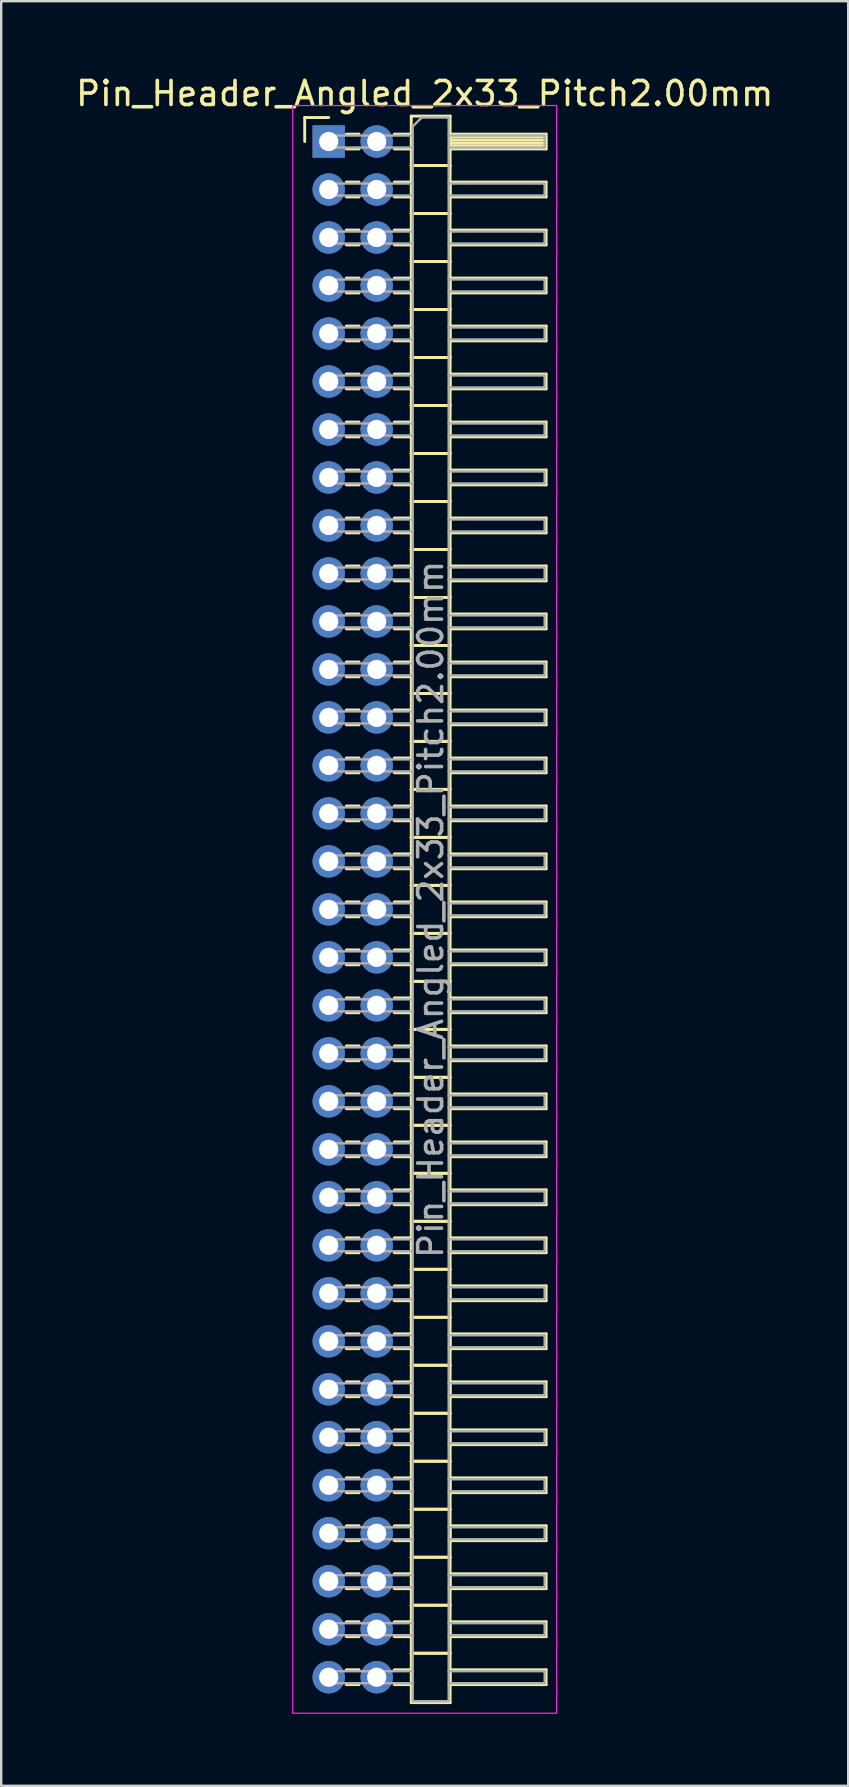
<source format=kicad_pcb>
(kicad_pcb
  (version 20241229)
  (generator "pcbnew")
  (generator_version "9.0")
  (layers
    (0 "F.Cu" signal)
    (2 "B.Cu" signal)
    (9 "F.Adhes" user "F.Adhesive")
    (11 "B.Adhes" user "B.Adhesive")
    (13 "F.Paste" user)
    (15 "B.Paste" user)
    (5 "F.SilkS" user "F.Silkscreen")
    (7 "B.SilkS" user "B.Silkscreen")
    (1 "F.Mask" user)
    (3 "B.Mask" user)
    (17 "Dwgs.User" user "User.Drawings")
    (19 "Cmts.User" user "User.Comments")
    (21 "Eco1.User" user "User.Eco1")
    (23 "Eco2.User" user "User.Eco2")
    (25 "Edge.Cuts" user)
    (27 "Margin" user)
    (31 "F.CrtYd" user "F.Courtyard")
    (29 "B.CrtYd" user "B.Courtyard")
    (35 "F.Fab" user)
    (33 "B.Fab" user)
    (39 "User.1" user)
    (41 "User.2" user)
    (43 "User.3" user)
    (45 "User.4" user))
  (footprint "Pin_Header_Angled_2x33_Pitch2.00mm"
    (layer "F.Cu")
    (at 10.649 2.848)
    (property "Reference" "Pin_Header_Angled_2x33_Pitch2.00mm" (at 4 -2 0) (layer "F.SilkS") (effects (font (size 1 1) (thickness 0.15))))
    (attr through_hole)
    (fp_line (start -1 -1) (end 0 -1) (stroke (width 0.12) (type solid)) (layer "F.SilkS"))
    (fp_line (start -1 0) (end -1 -1) (stroke (width 0.12) (type solid)) (layer "F.SilkS"))
    (fp_line (start 0.735 -0.31) (end 1.265 -0.31) (stroke (width 0.12) (type solid)) (layer "F.SilkS"))
    (fp_line (start 0.735 0.31) (end 1.265 0.31) (stroke (width 0.12) (type solid)) (layer "F.SilkS"))
    (fp_line (start 0.735 1.69) (end 1.265 1.69) (stroke (width 0.12) (type solid)) (layer "F.SilkS"))
    (fp_line (start 0.735 2.31) (end 1.265 2.31) (stroke (width 0.12) (type solid)) (layer "F.SilkS"))
    (fp_line (start 0.735 3.69) (end 1.265 3.69) (stroke (width 0.12) (type solid)) (layer "F.SilkS"))
    (fp_line (start 0.735 4.31) (end 1.265 4.31) (stroke (width 0.12) (type solid)) (layer "F.SilkS"))
    (fp_line (start 0.735 5.69) (end 1.265 5.69) (stroke (width 0.12) (type solid)) (layer "F.SilkS"))
    (fp_line (start 0.735 6.31) (end 1.265 6.31) (stroke (width 0.12) (type solid)) (layer "F.SilkS"))
    (fp_line (start 0.735 7.69) (end 1.265 7.69) (stroke (width 0.12) (type solid)) (layer "F.SilkS"))
    (fp_line (start 0.735 8.31) (end 1.265 8.31) (stroke (width 0.12) (type solid)) (layer "F.SilkS"))
    (fp_line (start 0.735 9.69) (end 1.265 9.69) (stroke (width 0.12) (type solid)) (layer "F.SilkS"))
    (fp_line (start 0.735 10.31) (end 1.265 10.31) (stroke (width 0.12) (type solid)) (layer "F.SilkS"))
    (fp_line (start 0.735 11.69) (end 1.265 11.69) (stroke (width 0.12) (type solid)) (layer "F.SilkS"))
    (fp_line (start 0.735 12.31) (end 1.265 12.31) (stroke (width 0.12) (type solid)) (layer "F.SilkS"))
    (fp_line (start 0.735 13.69) (end 1.265 13.69) (stroke (width 0.12) (type solid)) (layer "F.SilkS"))
    (fp_line (start 0.735 14.31) (end 1.265 14.31) (stroke (width 0.12) (type solid)) (layer "F.SilkS"))
    (fp_line (start 0.735 15.69) (end 1.265 15.69) (stroke (width 0.12) (type solid)) (layer "F.SilkS"))
    (fp_line (start 0.735 16.31) (end 1.265 16.31) (stroke (width 0.12) (type solid)) (layer "F.SilkS"))
    (fp_line (start 0.735 17.69) (end 1.265 17.69) (stroke (width 0.12) (type solid)) (layer "F.SilkS"))
    (fp_line (start 0.735 18.31) (end 1.265 18.31) (stroke (width 0.12) (type solid)) (layer "F.SilkS"))
    (fp_line (start 0.735 19.69) (end 1.265 19.69) (stroke (width 0.12) (type solid)) (layer "F.SilkS"))
    (fp_line (start 0.735 20.31) (end 1.265 20.31) (stroke (width 0.12) (type solid)) (layer "F.SilkS"))
    (fp_line (start 0.735 21.69) (end 1.265 21.69) (stroke (width 0.12) (type solid)) (layer "F.SilkS"))
    (fp_line (start 0.735 22.31) (end 1.265 22.31) (stroke (width 0.12) (type solid)) (layer "F.SilkS"))
    (fp_line (start 0.735 23.69) (end 1.265 23.69) (stroke (width 0.12) (type solid)) (layer "F.SilkS"))
    (fp_line (start 0.735 24.31) (end 1.265 24.31) (stroke (width 0.12) (type solid)) (layer "F.SilkS"))
    (fp_line (start 0.735 25.69) (end 1.265 25.69) (stroke (width 0.12) (type solid)) (layer "F.SilkS"))
    (fp_line (start 0.735 26.31) (end 1.265 26.31) (stroke (width 0.12) (type solid)) (layer "F.SilkS"))
    (fp_line (start 0.735 27.69) (end 1.265 27.69) (stroke (width 0.12) (type solid)) (layer "F.SilkS"))
    (fp_line (start 0.735 28.31) (end 1.265 28.31) (stroke (width 0.12) (type solid)) (layer "F.SilkS"))
    (fp_line (start 0.735 29.69) (end 1.265 29.69) (stroke (width 0.12) (type solid)) (layer "F.SilkS"))
    (fp_line (start 0.735 30.31) (end 1.265 30.31) (stroke (width 0.12) (type solid)) (layer "F.SilkS"))
    (fp_line (start 0.735 31.69) (end 1.265 31.69) (stroke (width 0.12) (type solid)) (layer "F.SilkS"))
    (fp_line (start 0.735 32.31) (end 1.265 32.31) (stroke (width 0.12) (type solid)) (layer "F.SilkS"))
    (fp_line (start 0.735 33.69) (end 1.265 33.69) (stroke (width 0.12) (type solid)) (layer "F.SilkS"))
    (fp_line (start 0.735 34.31) (end 1.265 34.31) (stroke (width 0.12) (type solid)) (layer "F.SilkS"))
    (fp_line (start 0.735 35.69) (end 1.265 35.69) (stroke (width 0.12) (type solid)) (layer "F.SilkS"))
    (fp_line (start 0.735 36.31) (end 1.265 36.31) (stroke (width 0.12) (type solid)) (layer "F.SilkS"))
    (fp_line (start 0.735 37.69) (end 1.265 37.69) (stroke (width 0.12) (type solid)) (layer "F.SilkS"))
    (fp_line (start 0.735 38.31) (end 1.265 38.31) (stroke (width 0.12) (type solid)) (layer "F.SilkS"))
    (fp_line (start 0.735 39.69) (end 1.265 39.69) (stroke (width 0.12) (type solid)) (layer "F.SilkS"))
    (fp_line (start 0.735 40.31) (end 1.265 40.31) (stroke (width 0.12) (type solid)) (layer "F.SilkS"))
    (fp_line (start 0.735 41.69) (end 1.265 41.69) (stroke (width 0.12) (type solid)) (layer "F.SilkS"))
    (fp_line (start 0.735 42.31) (end 1.265 42.31) (stroke (width 0.12) (type solid)) (layer "F.SilkS"))
    (fp_line (start 0.735 43.69) (end 1.265 43.69) (stroke (width 0.12) (type solid)) (layer "F.SilkS"))
    (fp_line (start 0.735 44.31) (end 1.265 44.31) (stroke (width 0.12) (type solid)) (layer "F.SilkS"))
    (fp_line (start 0.735 45.69) (end 1.265 45.69) (stroke (width 0.12) (type solid)) (layer "F.SilkS"))
    (fp_line (start 0.735 46.31) (end 1.265 46.31) (stroke (width 0.12) (type solid)) (layer "F.SilkS"))
    (fp_line (start 0.735 47.69) (end 1.265 47.69) (stroke (width 0.12) (type solid)) (layer "F.SilkS"))
    (fp_line (start 0.735 48.31) (end 1.265 48.31) (stroke (width 0.12) (type solid)) (layer "F.SilkS"))
    (fp_line (start 0.735 49.69) (end 1.265 49.69) (stroke (width 0.12) (type solid)) (layer "F.SilkS"))
    (fp_line (start 0.735 50.31) (end 1.265 50.31) (stroke (width 0.12) (type solid)) (layer "F.SilkS"))
    (fp_line (start 0.735 51.69) (end 1.265 51.69) (stroke (width 0.12) (type solid)) (layer "F.SilkS"))
    (fp_line (start 0.735 52.31) (end 1.265 52.31) (stroke (width 0.12) (type solid)) (layer "F.SilkS"))
    (fp_line (start 0.735 53.69) (end 1.265 53.69) (stroke (width 0.12) (type solid)) (layer "F.SilkS"))
    (fp_line (start 0.735 54.31) (end 1.265 54.31) (stroke (width 0.12) (type solid)) (layer "F.SilkS"))
    (fp_line (start 0.735 55.69) (end 1.265 55.69) (stroke (width 0.12) (type solid)) (layer "F.SilkS"))
    (fp_line (start 0.735 56.31) (end 1.265 56.31) (stroke (width 0.12) (type solid)) (layer "F.SilkS"))
    (fp_line (start 0.735 57.69) (end 1.265 57.69) (stroke (width 0.12) (type solid)) (layer "F.SilkS"))
    (fp_line (start 0.735 58.31) (end 1.265 58.31) (stroke (width 0.12) (type solid)) (layer "F.SilkS"))
    (fp_line (start 0.735 59.69) (end 1.265 59.69) (stroke (width 0.12) (type solid)) (layer "F.SilkS"))
    (fp_line (start 0.735 60.31) (end 1.265 60.31) (stroke (width 0.12) (type solid)) (layer "F.SilkS"))
    (fp_line (start 0.735 61.69) (end 1.265 61.69) (stroke (width 0.12) (type solid)) (layer "F.SilkS"))
    (fp_line (start 0.735 62.31) (end 1.265 62.31) (stroke (width 0.12) (type solid)) (layer "F.SilkS"))
    (fp_line (start 0.735 63.69) (end 1.265 63.69) (stroke (width 0.12) (type solid)) (layer "F.SilkS"))
    (fp_line (start 0.735 64.31) (end 1.265 64.31) (stroke (width 0.12) (type solid)) (layer "F.SilkS"))
    (fp_line (start 2.735 -0.31) (end 3.44 -0.31) (stroke (width 0.12) (type solid)) (layer "F.SilkS"))
    (fp_line (start 2.735 0.31) (end 3.44 0.31) (stroke (width 0.12) (type solid)) (layer "F.SilkS"))
    (fp_line (start 2.735 1.69) (end 3.44 1.69) (stroke (width 0.12) (type solid)) (layer "F.SilkS"))
    (fp_line (start 2.735 2.31) (end 3.44 2.31) (stroke (width 0.12) (type solid)) (layer "F.SilkS"))
    (fp_line (start 2.735 3.69) (end 3.44 3.69) (stroke (width 0.12) (type solid)) (layer "F.SilkS"))
    (fp_line (start 2.735 4.31) (end 3.44 4.31) (stroke (width 0.12) (type solid)) (layer "F.SilkS"))
    (fp_line (start 2.735 5.69) (end 3.44 5.69) (stroke (width 0.12) (type solid)) (layer "F.SilkS"))
    (fp_line (start 2.735 6.31) (end 3.44 6.31) (stroke (width 0.12) (type solid)) (layer "F.SilkS"))
    (fp_line (start 2.735 7.69) (end 3.44 7.69) (stroke (width 0.12) (type solid)) (layer "F.SilkS"))
    (fp_line (start 2.735 8.31) (end 3.44 8.31) (stroke (width 0.12) (type solid)) (layer "F.SilkS"))
    (fp_line (start 2.735 9.69) (end 3.44 9.69) (stroke (width 0.12) (type solid)) (layer "F.SilkS"))
    (fp_line (start 2.735 10.31) (end 3.44 10.31) (stroke (width 0.12) (type solid)) (layer "F.SilkS"))
    (fp_line (start 2.735 11.69) (end 3.44 11.69) (stroke (width 0.12) (type solid)) (layer "F.SilkS"))
    (fp_line (start 2.735 12.31) (end 3.44 12.31) (stroke (width 0.12) (type solid)) (layer "F.SilkS"))
    (fp_line (start 2.735 13.69) (end 3.44 13.69) (stroke (width 0.12) (type solid)) (layer "F.SilkS"))
    (fp_line (start 2.735 14.31) (end 3.44 14.31) (stroke (width 0.12) (type solid)) (layer "F.SilkS"))
    (fp_line (start 2.735 15.69) (end 3.44 15.69) (stroke (width 0.12) (type solid)) (layer "F.SilkS"))
    (fp_line (start 2.735 16.31) (end 3.44 16.31) (stroke (width 0.12) (type solid)) (layer "F.SilkS"))
    (fp_line (start 2.735 17.69) (end 3.44 17.69) (stroke (width 0.12) (type solid)) (layer "F.SilkS"))
    (fp_line (start 2.735 18.31) (end 3.44 18.31) (stroke (width 0.12) (type solid)) (layer "F.SilkS"))
    (fp_line (start 2.735 19.69) (end 3.44 19.69) (stroke (width 0.12) (type solid)) (layer "F.SilkS"))
    (fp_line (start 2.735 20.31) (end 3.44 20.31) (stroke (width 0.12) (type solid)) (layer "F.SilkS"))
    (fp_line (start 2.735 21.69) (end 3.44 21.69) (stroke (width 0.12) (type solid)) (layer "F.SilkS"))
    (fp_line (start 2.735 22.31) (end 3.44 22.31) (stroke (width 0.12) (type solid)) (layer "F.SilkS"))
    (fp_line (start 2.735 23.69) (end 3.44 23.69) (stroke (width 0.12) (type solid)) (layer "F.SilkS"))
    (fp_line (start 2.735 24.31) (end 3.44 24.31) (stroke (width 0.12) (type solid)) (layer "F.SilkS"))
    (fp_line (start 2.735 25.69) (end 3.44 25.69) (stroke (width 0.12) (type solid)) (layer "F.SilkS"))
    (fp_line (start 2.735 26.31) (end 3.44 26.31) (stroke (width 0.12) (type solid)) (layer "F.SilkS"))
    (fp_line (start 2.735 27.69) (end 3.44 27.69) (stroke (width 0.12) (type solid)) (layer "F.SilkS"))
    (fp_line (start 2.735 28.31) (end 3.44 28.31) (stroke (width 0.12) (type solid)) (layer "F.SilkS"))
    (fp_line (start 2.735 29.69) (end 3.44 29.69) (stroke (width 0.12) (type solid)) (layer "F.SilkS"))
    (fp_line (start 2.735 30.31) (end 3.44 30.31) (stroke (width 0.12) (type solid)) (layer "F.SilkS"))
    (fp_line (start 2.735 31.69) (end 3.44 31.69) (stroke (width 0.12) (type solid)) (layer "F.SilkS"))
    (fp_line (start 2.735 32.31) (end 3.44 32.31) (stroke (width 0.12) (type solid)) (layer "F.SilkS"))
    (fp_line (start 2.735 33.69) (end 3.44 33.69) (stroke (width 0.12) (type solid)) (layer "F.SilkS"))
    (fp_line (start 2.735 34.31) (end 3.44 34.31) (stroke (width 0.12) (type solid)) (layer "F.SilkS"))
    (fp_line (start 2.735 35.69) (end 3.44 35.69) (stroke (width 0.12) (type solid)) (layer "F.SilkS"))
    (fp_line (start 2.735 36.31) (end 3.44 36.31) (stroke (width 0.12) (type solid)) (layer "F.SilkS"))
    (fp_line (start 2.735 37.69) (end 3.44 37.69) (stroke (width 0.12) (type solid)) (layer "F.SilkS"))
    (fp_line (start 2.735 38.31) (end 3.44 38.31) (stroke (width 0.12) (type solid)) (layer "F.SilkS"))
    (fp_line (start 2.735 39.69) (end 3.44 39.69) (stroke (width 0.12) (type solid)) (layer "F.SilkS"))
    (fp_line (start 2.735 40.31) (end 3.44 40.31) (stroke (width 0.12) (type solid)) (layer "F.SilkS"))
    (fp_line (start 2.735 41.69) (end 3.44 41.69) (stroke (width 0.12) (type solid)) (layer "F.SilkS"))
    (fp_line (start 2.735 42.31) (end 3.44 42.31) (stroke (width 0.12) (type solid)) (layer "F.SilkS"))
    (fp_line (start 2.735 43.69) (end 3.44 43.69) (stroke (width 0.12) (type solid)) (layer "F.SilkS"))
    (fp_line (start 2.735 44.31) (end 3.44 44.31) (stroke (width 0.12) (type solid)) (layer "F.SilkS"))
    (fp_line (start 2.735 45.69) (end 3.44 45.69) (stroke (width 0.12) (type solid)) (layer "F.SilkS"))
    (fp_line (start 2.735 46.31) (end 3.44 46.31) (stroke (width 0.12) (type solid)) (layer "F.SilkS"))
    (fp_line (start 2.735 47.69) (end 3.44 47.69) (stroke (width 0.12) (type solid)) (layer "F.SilkS"))
    (fp_line (start 2.735 48.31) (end 3.44 48.31) (stroke (width 0.12) (type solid)) (layer "F.SilkS"))
    (fp_line (start 2.735 49.69) (end 3.44 49.69) (stroke (width 0.12) (type solid)) (layer "F.SilkS"))
    (fp_line (start 2.735 50.31) (end 3.44 50.31) (stroke (width 0.12) (type solid)) (layer "F.SilkS"))
    (fp_line (start 2.735 51.69) (end 3.44 51.69) (stroke (width 0.12) (type solid)) (layer "F.SilkS"))
    (fp_line (start 2.735 52.31) (end 3.44 52.31) (stroke (width 0.12) (type solid)) (layer "F.SilkS"))
    (fp_line (start 2.735 53.69) (end 3.44 53.69) (stroke (width 0.12) (type solid)) (layer "F.SilkS"))
    (fp_line (start 2.735 54.31) (end 3.44 54.31) (stroke (width 0.12) (type solid)) (layer "F.SilkS"))
    (fp_line (start 2.735 55.69) (end 3.44 55.69) (stroke (width 0.12) (type solid)) (layer "F.SilkS"))
    (fp_line (start 2.735 56.31) (end 3.44 56.31) (stroke (width 0.12) (type solid)) (layer "F.SilkS"))
    (fp_line (start 2.735 57.69) (end 3.44 57.69) (stroke (width 0.12) (type solid)) (layer "F.SilkS"))
    (fp_line (start 2.735 58.31) (end 3.44 58.31) (stroke (width 0.12) (type solid)) (layer "F.SilkS"))
    (fp_line (start 2.735 59.69) (end 3.44 59.69) (stroke (width 0.12) (type solid)) (layer "F.SilkS"))
    (fp_line (start 2.735 60.31) (end 3.44 60.31) (stroke (width 0.12) (type solid)) (layer "F.SilkS"))
    (fp_line (start 2.735 61.69) (end 3.44 61.69) (stroke (width 0.12) (type solid)) (layer "F.SilkS"))
    (fp_line (start 2.735 62.31) (end 3.44 62.31) (stroke (width 0.12) (type solid)) (layer "F.SilkS"))
    (fp_line (start 2.735 63.69) (end 3.44 63.69) (stroke (width 0.12) (type solid)) (layer "F.SilkS"))
    (fp_line (start 2.735 64.31) (end 3.44 64.31) (stroke (width 0.12) (type solid)) (layer "F.SilkS"))
    (fp_line (start 3.44 -1.06) (end 3.44 1) (stroke (width 0.12) (type solid)) (layer "F.SilkS"))
    (fp_line (start 3.44 1) (end 3.44 3) (stroke (width 0.12) (type solid)) (layer "F.SilkS"))
    (fp_line (start 3.44 1) (end 5.06 1) (stroke (width 0.12) (type solid)) (layer "F.SilkS"))
    (fp_line (start 3.44 3) (end 3.44 5) (stroke (width 0.12) (type solid)) (layer "F.SilkS"))
    (fp_line (start 3.44 3) (end 5.06 3) (stroke (width 0.12) (type solid)) (layer "F.SilkS"))
    (fp_line (start 3.44 5) (end 3.44 7) (stroke (width 0.12) (type solid)) (layer "F.SilkS"))
    (fp_line (start 3.44 5) (end 5.06 5) (stroke (width 0.12) (type solid)) (layer "F.SilkS"))
    (fp_line (start 3.44 7) (end 3.44 9) (stroke (width 0.12) (type solid)) (layer "F.SilkS"))
    (fp_line (start 3.44 7) (end 5.06 7) (stroke (width 0.12) (type solid)) (layer "F.SilkS"))
    (fp_line (start 3.44 9) (end 3.44 11) (stroke (width 0.12) (type solid)) (layer "F.SilkS"))
    (fp_line (start 3.44 9) (end 5.06 9) (stroke (width 0.12) (type solid)) (layer "F.SilkS"))
    (fp_line (start 3.44 11) (end 3.44 13) (stroke (width 0.12) (type solid)) (layer "F.SilkS"))
    (fp_line (start 3.44 11) (end 5.06 11) (stroke (width 0.12) (type solid)) (layer "F.SilkS"))
    (fp_line (start 3.44 13) (end 3.44 15) (stroke (width 0.12) (type solid)) (layer "F.SilkS"))
    (fp_line (start 3.44 13) (end 5.06 13) (stroke (width 0.12) (type solid)) (layer "F.SilkS"))
    (fp_line (start 3.44 15) (end 3.44 17) (stroke (width 0.12) (type solid)) (layer "F.SilkS"))
    (fp_line (start 3.44 15) (end 5.06 15) (stroke (width 0.12) (type solid)) (layer "F.SilkS"))
    (fp_line (start 3.44 17) (end 3.44 19) (stroke (width 0.12) (type solid)) (layer "F.SilkS"))
    (fp_line (start 3.44 17) (end 5.06 17) (stroke (width 0.12) (type solid)) (layer "F.SilkS"))
    (fp_line (start 3.44 19) (end 3.44 21) (stroke (width 0.12) (type solid)) (layer "F.SilkS"))
    (fp_line (start 3.44 19) (end 5.06 19) (stroke (width 0.12) (type solid)) (layer "F.SilkS"))
    (fp_line (start 3.44 21) (end 3.44 23) (stroke (width 0.12) (type solid)) (layer "F.SilkS"))
    (fp_line (start 3.44 21) (end 5.06 21) (stroke (width 0.12) (type solid)) (layer "F.SilkS"))
    (fp_line (start 3.44 23) (end 3.44 25) (stroke (width 0.12) (type solid)) (layer "F.SilkS"))
    (fp_line (start 3.44 23) (end 5.06 23) (stroke (width 0.12) (type solid)) (layer "F.SilkS"))
    (fp_line (start 3.44 25) (end 3.44 27) (stroke (width 0.12) (type solid)) (layer "F.SilkS"))
    (fp_line (start 3.44 25) (end 5.06 25) (stroke (width 0.12) (type solid)) (layer "F.SilkS"))
    (fp_line (start 3.44 27) (end 3.44 29) (stroke (width 0.12) (type solid)) (layer "F.SilkS"))
    (fp_line (start 3.44 27) (end 5.06 27) (stroke (width 0.12) (type solid)) (layer "F.SilkS"))
    (fp_line (start 3.44 29) (end 3.44 31) (stroke (width 0.12) (type solid)) (layer "F.SilkS"))
    (fp_line (start 3.44 29) (end 5.06 29) (stroke (width 0.12) (type solid)) (layer "F.SilkS"))
    (fp_line (start 3.44 31) (end 3.44 33) (stroke (width 0.12) (type solid)) (layer "F.SilkS"))
    (fp_line (start 3.44 31) (end 5.06 31) (stroke (width 0.12) (type solid)) (layer "F.SilkS"))
    (fp_line (start 3.44 33) (end 3.44 35) (stroke (width 0.12) (type solid)) (layer "F.SilkS"))
    (fp_line (start 3.44 33) (end 5.06 33) (stroke (width 0.12) (type solid)) (layer "F.SilkS"))
    (fp_line (start 3.44 35) (end 3.44 37) (stroke (width 0.12) (type solid)) (layer "F.SilkS"))
    (fp_line (start 3.44 35) (end 5.06 35) (stroke (width 0.12) (type solid)) (layer "F.SilkS"))
    (fp_line (start 3.44 37) (end 3.44 39) (stroke (width 0.12) (type solid)) (layer "F.SilkS"))
    (fp_line (start 3.44 37) (end 5.06 37) (stroke (width 0.12) (type solid)) (layer "F.SilkS"))
    (fp_line (start 3.44 39) (end 3.44 41) (stroke (width 0.12) (type solid)) (layer "F.SilkS"))
    (fp_line (start 3.44 39) (end 5.06 39) (stroke (width 0.12) (type solid)) (layer "F.SilkS"))
    (fp_line (start 3.44 41) (end 3.44 43) (stroke (width 0.12) (type solid)) (layer "F.SilkS"))
    (fp_line (start 3.44 41) (end 5.06 41) (stroke (width 0.12) (type solid)) (layer "F.SilkS"))
    (fp_line (start 3.44 43) (end 3.44 45) (stroke (width 0.12) (type solid)) (layer "F.SilkS"))
    (fp_line (start 3.44 43) (end 5.06 43) (stroke (width 0.12) (type solid)) (layer "F.SilkS"))
    (fp_line (start 3.44 45) (end 3.44 47) (stroke (width 0.12) (type solid)) (layer "F.SilkS"))
    (fp_line (start 3.44 45) (end 5.06 45) (stroke (width 0.12) (type solid)) (layer "F.SilkS"))
    (fp_line (start 3.44 47) (end 3.44 49) (stroke (width 0.12) (type solid)) (layer "F.SilkS"))
    (fp_line (start 3.44 47) (end 5.06 47) (stroke (width 0.12) (type solid)) (layer "F.SilkS"))
    (fp_line (start 3.44 49) (end 3.44 51) (stroke (width 0.12) (type solid)) (layer "F.SilkS"))
    (fp_line (start 3.44 49) (end 5.06 49) (stroke (width 0.12) (type solid)) (layer "F.SilkS"))
    (fp_line (start 3.44 51) (end 3.44 53) (stroke (width 0.12) (type solid)) (layer "F.SilkS"))
    (fp_line (start 3.44 51) (end 5.06 51) (stroke (width 0.12) (type solid)) (layer "F.SilkS"))
    (fp_line (start 3.44 53) (end 3.44 55) (stroke (width 0.12) (type solid)) (layer "F.SilkS"))
    (fp_line (start 3.44 53) (end 5.06 53) (stroke (width 0.12) (type solid)) (layer "F.SilkS"))
    (fp_line (start 3.44 55) (end 3.44 57) (stroke (width 0.12) (type solid)) (layer "F.SilkS"))
    (fp_line (start 3.44 55) (end 5.06 55) (stroke (width 0.12) (type solid)) (layer "F.SilkS"))
    (fp_line (start 3.44 57) (end 3.44 59) (stroke (width 0.12) (type solid)) (layer "F.SilkS"))
    (fp_line (start 3.44 57) (end 5.06 57) (stroke (width 0.12) (type solid)) (layer "F.SilkS"))
    (fp_line (start 3.44 59) (end 3.44 61) (stroke (width 0.12) (type solid)) (layer "F.SilkS"))
    (fp_line (start 3.44 59) (end 5.06 59) (stroke (width 0.12) (type solid)) (layer "F.SilkS"))
    (fp_line (start 3.44 61) (end 3.44 63) (stroke (width 0.12) (type solid)) (layer "F.SilkS"))
    (fp_line (start 3.44 61) (end 5.06 61) (stroke (width 0.12) (type solid)) (layer "F.SilkS"))
    (fp_line (start 3.44 63) (end 3.44 65.06) (stroke (width 0.12) (type solid)) (layer "F.SilkS"))
    (fp_line (start 3.44 63) (end 5.06 63) (stroke (width 0.12) (type solid)) (layer "F.SilkS"))
    (fp_line (start 3.44 65.06) (end 5.06 65.06) (stroke (width 0.12) (type solid)) (layer "F.SilkS"))
    (fp_line (start 5.06 -1.06) (end 3.44 -1.06) (stroke (width 0.12) (type solid)) (layer "F.SilkS"))
    (fp_line (start 5.06 -0.31) (end 5.06 0.31) (stroke (width 0.12) (type solid)) (layer "F.SilkS"))
    (fp_line (start 5.06 -0.19) (end 9.06 -0.19) (stroke (width 0.12) (type solid)) (layer "F.SilkS"))
    (fp_line (start 5.06 -0.07) (end 9.06 -0.07) (stroke (width 0.12) (type solid)) (layer "F.SilkS"))
    (fp_line (start 5.06 0.05) (end 9.06 0.05) (stroke (width 0.12) (type solid)) (layer "F.SilkS"))
    (fp_line (start 5.06 0.17) (end 9.06 0.17) (stroke (width 0.12) (type solid)) (layer "F.SilkS"))
    (fp_line (start 5.06 0.29) (end 9.06 0.29) (stroke (width 0.12) (type solid)) (layer "F.SilkS"))
    (fp_line (start 5.06 0.31) (end 9.06 0.31) (stroke (width 0.12) (type solid)) (layer "F.SilkS"))
    (fp_line (start 5.06 1) (end 3.44 1) (stroke (width 0.12) (type solid)) (layer "F.SilkS"))
    (fp_line (start 5.06 1) (end 5.06 -1.06) (stroke (width 0.12) (type solid)) (layer "F.SilkS"))
    (fp_line (start 5.06 1.69) (end 5.06 2.31) (stroke (width 0.12) (type solid)) (layer "F.SilkS"))
    (fp_line (start 5.06 2.31) (end 9.06 2.31) (stroke (width 0.12) (type solid)) (layer "F.SilkS"))
    (fp_line (start 5.06 3) (end 3.44 3) (stroke (width 0.12) (type solid)) (layer "F.SilkS"))
    (fp_line (start 5.06 3) (end 5.06 1) (stroke (width 0.12) (type solid)) (layer "F.SilkS"))
    (fp_line (start 5.06 3.69) (end 5.06 4.31) (stroke (width 0.12) (type solid)) (layer "F.SilkS"))
    (fp_line (start 5.06 4.31) (end 9.06 4.31) (stroke (width 0.12) (type solid)) (layer "F.SilkS"))
    (fp_line (start 5.06 5) (end 3.44 5) (stroke (width 0.12) (type solid)) (layer "F.SilkS"))
    (fp_line (start 5.06 5) (end 5.06 3) (stroke (width 0.12) (type solid)) (layer "F.SilkS"))
    (fp_line (start 5.06 5.69) (end 5.06 6.31) (stroke (width 0.12) (type solid)) (layer "F.SilkS"))
    (fp_line (start 5.06 6.31) (end 9.06 6.31) (stroke (width 0.12) (type solid)) (layer "F.SilkS"))
    (fp_line (start 5.06 7) (end 3.44 7) (stroke (width 0.12) (type solid)) (layer "F.SilkS"))
    (fp_line (start 5.06 7) (end 5.06 5) (stroke (width 0.12) (type solid)) (layer "F.SilkS"))
    (fp_line (start 5.06 7.69) (end 5.06 8.31) (stroke (width 0.12) (type solid)) (layer "F.SilkS"))
    (fp_line (start 5.06 8.31) (end 9.06 8.31) (stroke (width 0.12) (type solid)) (layer "F.SilkS"))
    (fp_line (start 5.06 9) (end 3.44 9) (stroke (width 0.12) (type solid)) (layer "F.SilkS"))
    (fp_line (start 5.06 9) (end 5.06 7) (stroke (width 0.12) (type solid)) (layer "F.SilkS"))
    (fp_line (start 5.06 9.69) (end 5.06 10.31) (stroke (width 0.12) (type solid)) (layer "F.SilkS"))
    (fp_line (start 5.06 10.31) (end 9.06 10.31) (stroke (width 0.12) (type solid)) (layer "F.SilkS"))
    (fp_line (start 5.06 11) (end 3.44 11) (stroke (width 0.12) (type solid)) (layer "F.SilkS"))
    (fp_line (start 5.06 11) (end 5.06 9) (stroke (width 0.12) (type solid)) (layer "F.SilkS"))
    (fp_line (start 5.06 11.69) (end 5.06 12.31) (stroke (width 0.12) (type solid)) (layer "F.SilkS"))
    (fp_line (start 5.06 12.31) (end 9.06 12.31) (stroke (width 0.12) (type solid)) (layer "F.SilkS"))
    (fp_line (start 5.06 13) (end 3.44 13) (stroke (width 0.12) (type solid)) (layer "F.SilkS"))
    (fp_line (start 5.06 13) (end 5.06 11) (stroke (width 0.12) (type solid)) (layer "F.SilkS"))
    (fp_line (start 5.06 13.69) (end 5.06 14.31) (stroke (width 0.12) (type solid)) (layer "F.SilkS"))
    (fp_line (start 5.06 14.31) (end 9.06 14.31) (stroke (width 0.12) (type solid)) (layer "F.SilkS"))
    (fp_line (start 5.06 15) (end 3.44 15) (stroke (width 0.12) (type solid)) (layer "F.SilkS"))
    (fp_line (start 5.06 15) (end 5.06 13) (stroke (width 0.12) (type solid)) (layer "F.SilkS"))
    (fp_line (start 5.06 15.69) (end 5.06 16.31) (stroke (width 0.12) (type solid)) (layer "F.SilkS"))
    (fp_line (start 5.06 16.31) (end 9.06 16.31) (stroke (width 0.12) (type solid)) (layer "F.SilkS"))
    (fp_line (start 5.06 17) (end 3.44 17) (stroke (width 0.12) (type solid)) (layer "F.SilkS"))
    (fp_line (start 5.06 17) (end 5.06 15) (stroke (width 0.12) (type solid)) (layer "F.SilkS"))
    (fp_line (start 5.06 17.69) (end 5.06 18.31) (stroke (width 0.12) (type solid)) (layer "F.SilkS"))
    (fp_line (start 5.06 18.31) (end 9.06 18.31) (stroke (width 0.12) (type solid)) (layer "F.SilkS"))
    (fp_line (start 5.06 19) (end 3.44 19) (stroke (width 0.12) (type solid)) (layer "F.SilkS"))
    (fp_line (start 5.06 19) (end 5.06 17) (stroke (width 0.12) (type solid)) (layer "F.SilkS"))
    (fp_line (start 5.06 19.69) (end 5.06 20.31) (stroke (width 0.12) (type solid)) (layer "F.SilkS"))
    (fp_line (start 5.06 20.31) (end 9.06 20.31) (stroke (width 0.12) (type solid)) (layer "F.SilkS"))
    (fp_line (start 5.06 21) (end 3.44 21) (stroke (width 0.12) (type solid)) (layer "F.SilkS"))
    (fp_line (start 5.06 21) (end 5.06 19) (stroke (width 0.12) (type solid)) (layer "F.SilkS"))
    (fp_line (start 5.06 21.69) (end 5.06 22.31) (stroke (width 0.12) (type solid)) (layer "F.SilkS"))
    (fp_line (start 5.06 22.31) (end 9.06 22.31) (stroke (width 0.12) (type solid)) (layer "F.SilkS"))
    (fp_line (start 5.06 23) (end 3.44 23) (stroke (width 0.12) (type solid)) (layer "F.SilkS"))
    (fp_line (start 5.06 23) (end 5.06 21) (stroke (width 0.12) (type solid)) (layer "F.SilkS"))
    (fp_line (start 5.06 23.69) (end 5.06 24.31) (stroke (width 0.12) (type solid)) (layer "F.SilkS"))
    (fp_line (start 5.06 24.31) (end 9.06 24.31) (stroke (width 0.12) (type solid)) (layer "F.SilkS"))
    (fp_line (start 5.06 25) (end 3.44 25) (stroke (width 0.12) (type solid)) (layer "F.SilkS"))
    (fp_line (start 5.06 25) (end 5.06 23) (stroke (width 0.12) (type solid)) (layer "F.SilkS"))
    (fp_line (start 5.06 25.69) (end 5.06 26.31) (stroke (width 0.12) (type solid)) (layer "F.SilkS"))
    (fp_line (start 5.06 26.31) (end 9.06 26.31) (stroke (width 0.12) (type solid)) (layer "F.SilkS"))
    (fp_line (start 5.06 27) (end 3.44 27) (stroke (width 0.12) (type solid)) (layer "F.SilkS"))
    (fp_line (start 5.06 27) (end 5.06 25) (stroke (width 0.12) (type solid)) (layer "F.SilkS"))
    (fp_line (start 5.06 27.69) (end 5.06 28.31) (stroke (width 0.12) (type solid)) (layer "F.SilkS"))
    (fp_line (start 5.06 28.31) (end 9.06 28.31) (stroke (width 0.12) (type solid)) (layer "F.SilkS"))
    (fp_line (start 5.06 29) (end 3.44 29) (stroke (width 0.12) (type solid)) (layer "F.SilkS"))
    (fp_line (start 5.06 29) (end 5.06 27) (stroke (width 0.12) (type solid)) (layer "F.SilkS"))
    (fp_line (start 5.06 29.69) (end 5.06 30.31) (stroke (width 0.12) (type solid)) (layer "F.SilkS"))
    (fp_line (start 5.06 30.31) (end 9.06 30.31) (stroke (width 0.12) (type solid)) (layer "F.SilkS"))
    (fp_line (start 5.06 31) (end 3.44 31) (stroke (width 0.12) (type solid)) (layer "F.SilkS"))
    (fp_line (start 5.06 31) (end 5.06 29) (stroke (width 0.12) (type solid)) (layer "F.SilkS"))
    (fp_line (start 5.06 31.69) (end 5.06 32.31) (stroke (width 0.12) (type solid)) (layer "F.SilkS"))
    (fp_line (start 5.06 32.31) (end 9.06 32.31) (stroke (width 0.12) (type solid)) (layer "F.SilkS"))
    (fp_line (start 5.06 33) (end 3.44 33) (stroke (width 0.12) (type solid)) (layer "F.SilkS"))
    (fp_line (start 5.06 33) (end 5.06 31) (stroke (width 0.12) (type solid)) (layer "F.SilkS"))
    (fp_line (start 5.06 33.69) (end 5.06 34.31) (stroke (width 0.12) (type solid)) (layer "F.SilkS"))
    (fp_line (start 5.06 34.31) (end 9.06 34.31) (stroke (width 0.12) (type solid)) (layer "F.SilkS"))
    (fp_line (start 5.06 35) (end 3.44 35) (stroke (width 0.12) (type solid)) (layer "F.SilkS"))
    (fp_line (start 5.06 35) (end 5.06 33) (stroke (width 0.12) (type solid)) (layer "F.SilkS"))
    (fp_line (start 5.06 35.69) (end 5.06 36.31) (stroke (width 0.12) (type solid)) (layer "F.SilkS"))
    (fp_line (start 5.06 36.31) (end 9.06 36.31) (stroke (width 0.12) (type solid)) (layer "F.SilkS"))
    (fp_line (start 5.06 37) (end 3.44 37) (stroke (width 0.12) (type solid)) (layer "F.SilkS"))
    (fp_line (start 5.06 37) (end 5.06 35) (stroke (width 0.12) (type solid)) (layer "F.SilkS"))
    (fp_line (start 5.06 37.69) (end 5.06 38.31) (stroke (width 0.12) (type solid)) (layer "F.SilkS"))
    (fp_line (start 5.06 38.31) (end 9.06 38.31) (stroke (width 0.12) (type solid)) (layer "F.SilkS"))
    (fp_line (start 5.06 39) (end 3.44 39) (stroke (width 0.12) (type solid)) (layer "F.SilkS"))
    (fp_line (start 5.06 39) (end 5.06 37) (stroke (width 0.12) (type solid)) (layer "F.SilkS"))
    (fp_line (start 5.06 39.69) (end 5.06 40.31) (stroke (width 0.12) (type solid)) (layer "F.SilkS"))
    (fp_line (start 5.06 40.31) (end 9.06 40.31) (stroke (width 0.12) (type solid)) (layer "F.SilkS"))
    (fp_line (start 5.06 41) (end 3.44 41) (stroke (width 0.12) (type solid)) (layer "F.SilkS"))
    (fp_line (start 5.06 41) (end 5.06 39) (stroke (width 0.12) (type solid)) (layer "F.SilkS"))
    (fp_line (start 5.06 41.69) (end 5.06 42.31) (stroke (width 0.12) (type solid)) (layer "F.SilkS"))
    (fp_line (start 5.06 42.31) (end 9.06 42.31) (stroke (width 0.12) (type solid)) (layer "F.SilkS"))
    (fp_line (start 5.06 43) (end 3.44 43) (stroke (width 0.12) (type solid)) (layer "F.SilkS"))
    (fp_line (start 5.06 43) (end 5.06 41) (stroke (width 0.12) (type solid)) (layer "F.SilkS"))
    (fp_line (start 5.06 43.69) (end 5.06 44.31) (stroke (width 0.12) (type solid)) (layer "F.SilkS"))
    (fp_line (start 5.06 44.31) (end 9.06 44.31) (stroke (width 0.12) (type solid)) (layer "F.SilkS"))
    (fp_line (start 5.06 45) (end 3.44 45) (stroke (width 0.12) (type solid)) (layer "F.SilkS"))
    (fp_line (start 5.06 45) (end 5.06 43) (stroke (width 0.12) (type solid)) (layer "F.SilkS"))
    (fp_line (start 5.06 45.69) (end 5.06 46.31) (stroke (width 0.12) (type solid)) (layer "F.SilkS"))
    (fp_line (start 5.06 46.31) (end 9.06 46.31) (stroke (width 0.12) (type solid)) (layer "F.SilkS"))
    (fp_line (start 5.06 47) (end 3.44 47) (stroke (width 0.12) (type solid)) (layer "F.SilkS"))
    (fp_line (start 5.06 47) (end 5.06 45) (stroke (width 0.12) (type solid)) (layer "F.SilkS"))
    (fp_line (start 5.06 47.69) (end 5.06 48.31) (stroke (width 0.12) (type solid)) (layer "F.SilkS"))
    (fp_line (start 5.06 48.31) (end 9.06 48.31) (stroke (width 0.12) (type solid)) (layer "F.SilkS"))
    (fp_line (start 5.06 49) (end 3.44 49) (stroke (width 0.12) (type solid)) (layer "F.SilkS"))
    (fp_line (start 5.06 49) (end 5.06 47) (stroke (width 0.12) (type solid)) (layer "F.SilkS"))
    (fp_line (start 5.06 49.69) (end 5.06 50.31) (stroke (width 0.12) (type solid)) (layer "F.SilkS"))
    (fp_line (start 5.06 50.31) (end 9.06 50.31) (stroke (width 0.12) (type solid)) (layer "F.SilkS"))
    (fp_line (start 5.06 51) (end 3.44 51) (stroke (width 0.12) (type solid)) (layer "F.SilkS"))
    (fp_line (start 5.06 51) (end 5.06 49) (stroke (width 0.12) (type solid)) (layer "F.SilkS"))
    (fp_line (start 5.06 51.69) (end 5.06 52.31) (stroke (width 0.12) (type solid)) (layer "F.SilkS"))
    (fp_line (start 5.06 52.31) (end 9.06 52.31) (stroke (width 0.12) (type solid)) (layer "F.SilkS"))
    (fp_line (start 5.06 53) (end 3.44 53) (stroke (width 0.12) (type solid)) (layer "F.SilkS"))
    (fp_line (start 5.06 53) (end 5.06 51) (stroke (width 0.12) (type solid)) (layer "F.SilkS"))
    (fp_line (start 5.06 53.69) (end 5.06 54.31) (stroke (width 0.12) (type solid)) (layer "F.SilkS"))
    (fp_line (start 5.06 54.31) (end 9.06 54.31) (stroke (width 0.12) (type solid)) (layer "F.SilkS"))
    (fp_line (start 5.06 55) (end 3.44 55) (stroke (width 0.12) (type solid)) (layer "F.SilkS"))
    (fp_line (start 5.06 55) (end 5.06 53) (stroke (width 0.12) (type solid)) (layer "F.SilkS"))
    (fp_line (start 5.06 55.69) (end 5.06 56.31) (stroke (width 0.12) (type solid)) (layer "F.SilkS"))
    (fp_line (start 5.06 56.31) (end 9.06 56.31) (stroke (width 0.12) (type solid)) (layer "F.SilkS"))
    (fp_line (start 5.06 57) (end 3.44 57) (stroke (width 0.12) (type solid)) (layer "F.SilkS"))
    (fp_line (start 5.06 57) (end 5.06 55) (stroke (width 0.12) (type solid)) (layer "F.SilkS"))
    (fp_line (start 5.06 57.69) (end 5.06 58.31) (stroke (width 0.12) (type solid)) (layer "F.SilkS"))
    (fp_line (start 5.06 58.31) (end 9.06 58.31) (stroke (width 0.12) (type solid)) (layer "F.SilkS"))
    (fp_line (start 5.06 59) (end 3.44 59) (stroke (width 0.12) (type solid)) (layer "F.SilkS"))
    (fp_line (start 5.06 59) (end 5.06 57) (stroke (width 0.12) (type solid)) (layer "F.SilkS"))
    (fp_line (start 5.06 59.69) (end 5.06 60.31) (stroke (width 0.12) (type solid)) (layer "F.SilkS"))
    (fp_line (start 5.06 60.31) (end 9.06 60.31) (stroke (width 0.12) (type solid)) (layer "F.SilkS"))
    (fp_line (start 5.06 61) (end 3.44 61) (stroke (width 0.12) (type solid)) (layer "F.SilkS"))
    (fp_line (start 5.06 61) (end 5.06 59) (stroke (width 0.12) (type solid)) (layer "F.SilkS"))
    (fp_line (start 5.06 61.69) (end 5.06 62.31) (stroke (width 0.12) (type solid)) (layer "F.SilkS"))
    (fp_line (start 5.06 62.31) (end 9.06 62.31) (stroke (width 0.12) (type solid)) (layer "F.SilkS"))
    (fp_line (start 5.06 63) (end 3.44 63) (stroke (width 0.12) (type solid)) (layer "F.SilkS"))
    (fp_line (start 5.06 63) (end 5.06 61) (stroke (width 0.12) (type solid)) (layer "F.SilkS"))
    (fp_line (start 5.06 63.69) (end 5.06 64.31) (stroke (width 0.12) (type solid)) (layer "F.SilkS"))
    (fp_line (start 5.06 64.31) (end 9.06 64.31) (stroke (width 0.12) (type solid)) (layer "F.SilkS"))
    (fp_line (start 5.06 65.06) (end 5.06 63) (stroke (width 0.12) (type solid)) (layer "F.SilkS"))
    (fp_line (start 9.06 -0.31) (end 5.06 -0.31) (stroke (width 0.12) (type solid)) (layer "F.SilkS"))
    (fp_line (start 9.06 0.31) (end 9.06 -0.31) (stroke (width 0.12) (type solid)) (layer "F.SilkS"))
    (fp_line (start 9.06 1.69) (end 5.06 1.69) (stroke (width 0.12) (type solid)) (layer "F.SilkS"))
    (fp_line (start 9.06 2.31) (end 9.06 1.69) (stroke (width 0.12) (type solid)) (layer "F.SilkS"))
    (fp_line (start 9.06 3.69) (end 5.06 3.69) (stroke (width 0.12) (type solid)) (layer "F.SilkS"))
    (fp_line (start 9.06 4.31) (end 9.06 3.69) (stroke (width 0.12) (type solid)) (layer "F.SilkS"))
    (fp_line (start 9.06 5.69) (end 5.06 5.69) (stroke (width 0.12) (type solid)) (layer "F.SilkS"))
    (fp_line (start 9.06 6.31) (end 9.06 5.69) (stroke (width 0.12) (type solid)) (layer "F.SilkS"))
    (fp_line (start 9.06 7.69) (end 5.06 7.69) (stroke (width 0.12) (type solid)) (layer "F.SilkS"))
    (fp_line (start 9.06 8.31) (end 9.06 7.69) (stroke (width 0.12) (type solid)) (layer "F.SilkS"))
    (fp_line (start 9.06 9.69) (end 5.06 9.69) (stroke (width 0.12) (type solid)) (layer "F.SilkS"))
    (fp_line (start 9.06 10.31) (end 9.06 9.69) (stroke (width 0.12) (type solid)) (layer "F.SilkS"))
    (fp_line (start 9.06 11.69) (end 5.06 11.69) (stroke (width 0.12) (type solid)) (layer "F.SilkS"))
    (fp_line (start 9.06 12.31) (end 9.06 11.69) (stroke (width 0.12) (type solid)) (layer "F.SilkS"))
    (fp_line (start 9.06 13.69) (end 5.06 13.69) (stroke (width 0.12) (type solid)) (layer "F.SilkS"))
    (fp_line (start 9.06 14.31) (end 9.06 13.69) (stroke (width 0.12) (type solid)) (layer "F.SilkS"))
    (fp_line (start 9.06 15.69) (end 5.06 15.69) (stroke (width 0.12) (type solid)) (layer "F.SilkS"))
    (fp_line (start 9.06 16.31) (end 9.06 15.69) (stroke (width 0.12) (type solid)) (layer "F.SilkS"))
    (fp_line (start 9.06 17.69) (end 5.06 17.69) (stroke (width 0.12) (type solid)) (layer "F.SilkS"))
    (fp_line (start 9.06 18.31) (end 9.06 17.69) (stroke (width 0.12) (type solid)) (layer "F.SilkS"))
    (fp_line (start 9.06 19.69) (end 5.06 19.69) (stroke (width 0.12) (type solid)) (layer "F.SilkS"))
    (fp_line (start 9.06 20.31) (end 9.06 19.69) (stroke (width 0.12) (type solid)) (layer "F.SilkS"))
    (fp_line (start 9.06 21.69) (end 5.06 21.69) (stroke (width 0.12) (type solid)) (layer "F.SilkS"))
    (fp_line (start 9.06 22.31) (end 9.06 21.69) (stroke (width 0.12) (type solid)) (layer "F.SilkS"))
    (fp_line (start 9.06 23.69) (end 5.06 23.69) (stroke (width 0.12) (type solid)) (layer "F.SilkS"))
    (fp_line (start 9.06 24.31) (end 9.06 23.69) (stroke (width 0.12) (type solid)) (layer "F.SilkS"))
    (fp_line (start 9.06 25.69) (end 5.06 25.69) (stroke (width 0.12) (type solid)) (layer "F.SilkS"))
    (fp_line (start 9.06 26.31) (end 9.06 25.69) (stroke (width 0.12) (type solid)) (layer "F.SilkS"))
    (fp_line (start 9.06 27.69) (end 5.06 27.69) (stroke (width 0.12) (type solid)) (layer "F.SilkS"))
    (fp_line (start 9.06 28.31) (end 9.06 27.69) (stroke (width 0.12) (type solid)) (layer "F.SilkS"))
    (fp_line (start 9.06 29.69) (end 5.06 29.69) (stroke (width 0.12) (type solid)) (layer "F.SilkS"))
    (fp_line (start 9.06 30.31) (end 9.06 29.69) (stroke (width 0.12) (type solid)) (layer "F.SilkS"))
    (fp_line (start 9.06 31.69) (end 5.06 31.69) (stroke (width 0.12) (type solid)) (layer "F.SilkS"))
    (fp_line (start 9.06 32.31) (end 9.06 31.69) (stroke (width 0.12) (type solid)) (layer "F.SilkS"))
    (fp_line (start 9.06 33.69) (end 5.06 33.69) (stroke (width 0.12) (type solid)) (layer "F.SilkS"))
    (fp_line (start 9.06 34.31) (end 9.06 33.69) (stroke (width 0.12) (type solid)) (layer "F.SilkS"))
    (fp_line (start 9.06 35.69) (end 5.06 35.69) (stroke (width 0.12) (type solid)) (layer "F.SilkS"))
    (fp_line (start 9.06 36.31) (end 9.06 35.69) (stroke (width 0.12) (type solid)) (layer "F.SilkS"))
    (fp_line (start 9.06 37.69) (end 5.06 37.69) (stroke (width 0.12) (type solid)) (layer "F.SilkS"))
    (fp_line (start 9.06 38.31) (end 9.06 37.69) (stroke (width 0.12) (type solid)) (layer "F.SilkS"))
    (fp_line (start 9.06 39.69) (end 5.06 39.69) (stroke (width 0.12) (type solid)) (layer "F.SilkS"))
    (fp_line (start 9.06 40.31) (end 9.06 39.69) (stroke (width 0.12) (type solid)) (layer "F.SilkS"))
    (fp_line (start 9.06 41.69) (end 5.06 41.69) (stroke (width 0.12) (type solid)) (layer "F.SilkS"))
    (fp_line (start 9.06 42.31) (end 9.06 41.69) (stroke (width 0.12) (type solid)) (layer "F.SilkS"))
    (fp_line (start 9.06 43.69) (end 5.06 43.69) (stroke (width 0.12) (type solid)) (layer "F.SilkS"))
    (fp_line (start 9.06 44.31) (end 9.06 43.69) (stroke (width 0.12) (type solid)) (layer "F.SilkS"))
    (fp_line (start 9.06 45.69) (end 5.06 45.69) (stroke (width 0.12) (type solid)) (layer "F.SilkS"))
    (fp_line (start 9.06 46.31) (end 9.06 45.69) (stroke (width 0.12) (type solid)) (layer "F.SilkS"))
    (fp_line (start 9.06 47.69) (end 5.06 47.69) (stroke (width 0.12) (type solid)) (layer "F.SilkS"))
    (fp_line (start 9.06 48.31) (end 9.06 47.69) (stroke (width 0.12) (type solid)) (layer "F.SilkS"))
    (fp_line (start 9.06 49.69) (end 5.06 49.69) (stroke (width 0.12) (type solid)) (layer "F.SilkS"))
    (fp_line (start 9.06 50.31) (end 9.06 49.69) (stroke (width 0.12) (type solid)) (layer "F.SilkS"))
    (fp_line (start 9.06 51.69) (end 5.06 51.69) (stroke (width 0.12) (type solid)) (layer "F.SilkS"))
    (fp_line (start 9.06 52.31) (end 9.06 51.69) (stroke (width 0.12) (type solid)) (layer "F.SilkS"))
    (fp_line (start 9.06 53.69) (end 5.06 53.69) (stroke (width 0.12) (type solid)) (layer "F.SilkS"))
    (fp_line (start 9.06 54.31) (end 9.06 53.69) (stroke (width 0.12) (type solid)) (layer "F.SilkS"))
    (fp_line (start 9.06 55.69) (end 5.06 55.69) (stroke (width 0.12) (type solid)) (layer "F.SilkS"))
    (fp_line (start 9.06 56.31) (end 9.06 55.69) (stroke (width 0.12) (type solid)) (layer "F.SilkS"))
    (fp_line (start 9.06 57.69) (end 5.06 57.69) (stroke (width 0.12) (type solid)) (layer "F.SilkS"))
    (fp_line (start 9.06 58.31) (end 9.06 57.69) (stroke (width 0.12) (type solid)) (layer "F.SilkS"))
    (fp_line (start 9.06 59.69) (end 5.06 59.69) (stroke (width 0.12) (type solid)) (layer "F.SilkS"))
    (fp_line (start 9.06 60.31) (end 9.06 59.69) (stroke (width 0.12) (type solid)) (layer "F.SilkS"))
    (fp_line (start 9.06 61.69) (end 5.06 61.69) (stroke (width 0.12) (type solid)) (layer "F.SilkS"))
    (fp_line (start 9.06 62.31) (end 9.06 61.69) (stroke (width 0.12) (type solid)) (layer "F.SilkS"))
    (fp_line (start 9.06 63.69) (end 5.06 63.69) (stroke (width 0.12) (type solid)) (layer "F.SilkS"))
    (fp_line (start 9.06 64.31) (end 9.06 63.69) (stroke (width 0.12) (type solid)) (layer "F.SilkS"))
    (fp_line (start -1.5 -1.5) (end -1.5 65.5) (stroke (width 0.05) (type solid)) (layer "F.CrtYd"))
    (fp_line (start -1.5 65.5) (end 9.5 65.5) (stroke (width 0.05) (type solid)) (layer "F.CrtYd"))
    (fp_line (start 9.5 -1.5) (end -1.5 -1.5) (stroke (width 0.05) (type solid)) (layer "F.CrtYd"))
    (fp_line (start 9.5 65.5) (end 9.5 -1.5) (stroke (width 0.05) (type solid)) (layer "F.CrtYd"))
    (fp_line (start -0.25 -0.25) (end -0.25 0.25) (stroke (width 0.1) (type solid)) (layer "F.Fab"))
    (fp_line (start -0.25 -0.25) (end 3.5 -0.25) (stroke (width 0.1) (type solid)) (layer "F.Fab"))
    (fp_line (start -0.25 0.25) (end 3.5 0.25) (stroke (width 0.1) (type solid)) (layer "F.Fab"))
    (fp_line (start -0.25 1.75) (end -0.25 2.25) (stroke (width 0.1) (type solid)) (layer "F.Fab"))
    (fp_line (start -0.25 1.75) (end 3.5 1.75) (stroke (width 0.1) (type solid)) (layer "F.Fab"))
    (fp_line (start -0.25 2.25) (end 3.5 2.25) (stroke (width 0.1) (type solid)) (layer "F.Fab"))
    (fp_line (start -0.25 3.75) (end -0.25 4.25) (stroke (width 0.1) (type solid)) (layer "F.Fab"))
    (fp_line (start -0.25 3.75) (end 3.5 3.75) (stroke (width 0.1) (type solid)) (layer "F.Fab"))
    (fp_line (start -0.25 4.25) (end 3.5 4.25) (stroke (width 0.1) (type solid)) (layer "F.Fab"))
    (fp_line (start -0.25 5.75) (end -0.25 6.25) (stroke (width 0.1) (type solid)) (layer "F.Fab"))
    (fp_line (start -0.25 5.75) (end 3.5 5.75) (stroke (width 0.1) (type solid)) (layer "F.Fab"))
    (fp_line (start -0.25 6.25) (end 3.5 6.25) (stroke (width 0.1) (type solid)) (layer "F.Fab"))
    (fp_line (start -0.25 7.75) (end -0.25 8.25) (stroke (width 0.1) (type solid)) (layer "F.Fab"))
    (fp_line (start -0.25 7.75) (end 3.5 7.75) (stroke (width 0.1) (type solid)) (layer "F.Fab"))
    (fp_line (start -0.25 8.25) (end 3.5 8.25) (stroke (width 0.1) (type solid)) (layer "F.Fab"))
    (fp_line (start -0.25 9.75) (end -0.25 10.25) (stroke (width 0.1) (type solid)) (layer "F.Fab"))
    (fp_line (start -0.25 9.75) (end 3.5 9.75) (stroke (width 0.1) (type solid)) (layer "F.Fab"))
    (fp_line (start -0.25 10.25) (end 3.5 10.25) (stroke (width 0.1) (type solid)) (layer "F.Fab"))
    (fp_line (start -0.25 11.75) (end -0.25 12.25) (stroke (width 0.1) (type solid)) (layer "F.Fab"))
    (fp_line (start -0.25 11.75) (end 3.5 11.75) (stroke (width 0.1) (type solid)) (layer "F.Fab"))
    (fp_line (start -0.25 12.25) (end 3.5 12.25) (stroke (width 0.1) (type solid)) (layer "F.Fab"))
    (fp_line (start -0.25 13.75) (end -0.25 14.25) (stroke (width 0.1) (type solid)) (layer "F.Fab"))
    (fp_line (start -0.25 13.75) (end 3.5 13.75) (stroke (width 0.1) (type solid)) (layer "F.Fab"))
    (fp_line (start -0.25 14.25) (end 3.5 14.25) (stroke (width 0.1) (type solid)) (layer "F.Fab"))
    (fp_line (start -0.25 15.75) (end -0.25 16.25) (stroke (width 0.1) (type solid)) (layer "F.Fab"))
    (fp_line (start -0.25 15.75) (end 3.5 15.75) (stroke (width 0.1) (type solid)) (layer "F.Fab"))
    (fp_line (start -0.25 16.25) (end 3.5 16.25) (stroke (width 0.1) (type solid)) (layer "F.Fab"))
    (fp_line (start -0.25 17.75) (end -0.25 18.25) (stroke (width 0.1) (type solid)) (layer "F.Fab"))
    (fp_line (start -0.25 17.75) (end 3.5 17.75) (stroke (width 0.1) (type solid)) (layer "F.Fab"))
    (fp_line (start -0.25 18.25) (end 3.5 18.25) (stroke (width 0.1) (type solid)) (layer "F.Fab"))
    (fp_line (start -0.25 19.75) (end -0.25 20.25) (stroke (width 0.1) (type solid)) (layer "F.Fab"))
    (fp_line (start -0.25 19.75) (end 3.5 19.75) (stroke (width 0.1) (type solid)) (layer "F.Fab"))
    (fp_line (start -0.25 20.25) (end 3.5 20.25) (stroke (width 0.1) (type solid)) (layer "F.Fab"))
    (fp_line (start -0.25 21.75) (end -0.25 22.25) (stroke (width 0.1) (type solid)) (layer "F.Fab"))
    (fp_line (start -0.25 21.75) (end 3.5 21.75) (stroke (width 0.1) (type solid)) (layer "F.Fab"))
    (fp_line (start -0.25 22.25) (end 3.5 22.25) (stroke (width 0.1) (type solid)) (layer "F.Fab"))
    (fp_line (start -0.25 23.75) (end -0.25 24.25) (stroke (width 0.1) (type solid)) (layer "F.Fab"))
    (fp_line (start -0.25 23.75) (end 3.5 23.75) (stroke (width 0.1) (type solid)) (layer "F.Fab"))
    (fp_line (start -0.25 24.25) (end 3.5 24.25) (stroke (width 0.1) (type solid)) (layer "F.Fab"))
    (fp_line (start -0.25 25.75) (end -0.25 26.25) (stroke (width 0.1) (type solid)) (layer "F.Fab"))
    (fp_line (start -0.25 25.75) (end 3.5 25.75) (stroke (width 0.1) (type solid)) (layer "F.Fab"))
    (fp_line (start -0.25 26.25) (end 3.5 26.25) (stroke (width 0.1) (type solid)) (layer "F.Fab"))
    (fp_line (start -0.25 27.75) (end -0.25 28.25) (stroke (width 0.1) (type solid)) (layer "F.Fab"))
    (fp_line (start -0.25 27.75) (end 3.5 27.75) (stroke (width 0.1) (type solid)) (layer "F.Fab"))
    (fp_line (start -0.25 28.25) (end 3.5 28.25) (stroke (width 0.1) (type solid)) (layer "F.Fab"))
    (fp_line (start -0.25 29.75) (end -0.25 30.25) (stroke (width 0.1) (type solid)) (layer "F.Fab"))
    (fp_line (start -0.25 29.75) (end 3.5 29.75) (stroke (width 0.1) (type solid)) (layer "F.Fab"))
    (fp_line (start -0.25 30.25) (end 3.5 30.25) (stroke (width 0.1) (type solid)) (layer "F.Fab"))
    (fp_line (start -0.25 31.75) (end -0.25 32.25) (stroke (width 0.1) (type solid)) (layer "F.Fab"))
    (fp_line (start -0.25 31.75) (end 3.5 31.75) (stroke (width 0.1) (type solid)) (layer "F.Fab"))
    (fp_line (start -0.25 32.25) (end 3.5 32.25) (stroke (width 0.1) (type solid)) (layer "F.Fab"))
    (fp_line (start -0.25 33.75) (end -0.25 34.25) (stroke (width 0.1) (type solid)) (layer "F.Fab"))
    (fp_line (start -0.25 33.75) (end 3.5 33.75) (stroke (width 0.1) (type solid)) (layer "F.Fab"))
    (fp_line (start -0.25 34.25) (end 3.5 34.25) (stroke (width 0.1) (type solid)) (layer "F.Fab"))
    (fp_line (start -0.25 35.75) (end -0.25 36.25) (stroke (width 0.1) (type solid)) (layer "F.Fab"))
    (fp_line (start -0.25 35.75) (end 3.5 35.75) (stroke (width 0.1) (type solid)) (layer "F.Fab"))
    (fp_line (start -0.25 36.25) (end 3.5 36.25) (stroke (width 0.1) (type solid)) (layer "F.Fab"))
    (fp_line (start -0.25 37.75) (end -0.25 38.25) (stroke (width 0.1) (type solid)) (layer "F.Fab"))
    (fp_line (start -0.25 37.75) (end 3.5 37.75) (stroke (width 0.1) (type solid)) (layer "F.Fab"))
    (fp_line (start -0.25 38.25) (end 3.5 38.25) (stroke (width 0.1) (type solid)) (layer "F.Fab"))
    (fp_line (start -0.25 39.75) (end -0.25 40.25) (stroke (width 0.1) (type solid)) (layer "F.Fab"))
    (fp_line (start -0.25 39.75) (end 3.5 39.75) (stroke (width 0.1) (type solid)) (layer "F.Fab"))
    (fp_line (start -0.25 40.25) (end 3.5 40.25) (stroke (width 0.1) (type solid)) (layer "F.Fab"))
    (fp_line (start -0.25 41.75) (end -0.25 42.25) (stroke (width 0.1) (type solid)) (layer "F.Fab"))
    (fp_line (start -0.25 41.75) (end 3.5 41.75) (stroke (width 0.1) (type solid)) (layer "F.Fab"))
    (fp_line (start -0.25 42.25) (end 3.5 42.25) (stroke (width 0.1) (type solid)) (layer "F.Fab"))
    (fp_line (start -0.25 43.75) (end -0.25 44.25) (stroke (width 0.1) (type solid)) (layer "F.Fab"))
    (fp_line (start -0.25 43.75) (end 3.5 43.75) (stroke (width 0.1) (type solid)) (layer "F.Fab"))
    (fp_line (start -0.25 44.25) (end 3.5 44.25) (stroke (width 0.1) (type solid)) (layer "F.Fab"))
    (fp_line (start -0.25 45.75) (end -0.25 46.25) (stroke (width 0.1) (type solid)) (layer "F.Fab"))
    (fp_line (start -0.25 45.75) (end 3.5 45.75) (stroke (width 0.1) (type solid)) (layer "F.Fab"))
    (fp_line (start -0.25 46.25) (end 3.5 46.25) (stroke (width 0.1) (type solid)) (layer "F.Fab"))
    (fp_line (start -0.25 47.75) (end -0.25 48.25) (stroke (width 0.1) (type solid)) (layer "F.Fab"))
    (fp_line (start -0.25 47.75) (end 3.5 47.75) (stroke (width 0.1) (type solid)) (layer "F.Fab"))
    (fp_line (start -0.25 48.25) (end 3.5 48.25) (stroke (width 0.1) (type solid)) (layer "F.Fab"))
    (fp_line (start -0.25 49.75) (end -0.25 50.25) (stroke (width 0.1) (type solid)) (layer "F.Fab"))
    (fp_line (start -0.25 49.75) (end 3.5 49.75) (stroke (width 0.1) (type solid)) (layer "F.Fab"))
    (fp_line (start -0.25 50.25) (end 3.5 50.25) (stroke (width 0.1) (type solid)) (layer "F.Fab"))
    (fp_line (start -0.25 51.75) (end -0.25 52.25) (stroke (width 0.1) (type solid)) (layer "F.Fab"))
    (fp_line (start -0.25 51.75) (end 3.5 51.75) (stroke (width 0.1) (type solid)) (layer "F.Fab"))
    (fp_line (start -0.25 52.25) (end 3.5 52.25) (stroke (width 0.1) (type solid)) (layer "F.Fab"))
    (fp_line (start -0.25 53.75) (end -0.25 54.25) (stroke (width 0.1) (type solid)) (layer "F.Fab"))
    (fp_line (start -0.25 53.75) (end 3.5 53.75) (stroke (width 0.1) (type solid)) (layer "F.Fab"))
    (fp_line (start -0.25 54.25) (end 3.5 54.25) (stroke (width 0.1) (type solid)) (layer "F.Fab"))
    (fp_line (start -0.25 55.75) (end -0.25 56.25) (stroke (width 0.1) (type solid)) (layer "F.Fab"))
    (fp_line (start -0.25 55.75) (end 3.5 55.75) (stroke (width 0.1) (type solid)) (layer "F.Fab"))
    (fp_line (start -0.25 56.25) (end 3.5 56.25) (stroke (width 0.1) (type solid)) (layer "F.Fab"))
    (fp_line (start -0.25 57.75) (end -0.25 58.25) (stroke (width 0.1) (type solid)) (layer "F.Fab"))
    (fp_line (start -0.25 57.75) (end 3.5 57.75) (stroke (width 0.1) (type solid)) (layer "F.Fab"))
    (fp_line (start -0.25 58.25) (end 3.5 58.25) (stroke (width 0.1) (type solid)) (layer "F.Fab"))
    (fp_line (start -0.25 59.75) (end -0.25 60.25) (stroke (width 0.1) (type solid)) (layer "F.Fab"))
    (fp_line (start -0.25 59.75) (end 3.5 59.75) (stroke (width 0.1) (type solid)) (layer "F.Fab"))
    (fp_line (start -0.25 60.25) (end 3.5 60.25) (stroke (width 0.1) (type solid)) (layer "F.Fab"))
    (fp_line (start -0.25 61.75) (end -0.25 62.25) (stroke (width 0.1) (type solid)) (layer "F.Fab"))
    (fp_line (start -0.25 61.75) (end 3.5 61.75) (stroke (width 0.1) (type solid)) (layer "F.Fab"))
    (fp_line (start -0.25 62.25) (end 3.5 62.25) (stroke (width 0.1) (type solid)) (layer "F.Fab"))
    (fp_line (start -0.25 63.75) (end -0.25 64.25) (stroke (width 0.1) (type solid)) (layer "F.Fab"))
    (fp_line (start -0.25 63.75) (end 3.5 63.75) (stroke (width 0.1) (type solid)) (layer "F.Fab"))
    (fp_line (start -0.25 64.25) (end 3.5 64.25) (stroke (width 0.1) (type solid)) (layer "F.Fab"))
    (fp_line (start 3.5 -0.625) (end 3.875 -1) (stroke (width 0.1) (type solid)) (layer "F.Fab"))
    (fp_line (start 3.5 65) (end 3.5 -0.625) (stroke (width 0.1) (type solid)) (layer "F.Fab"))
    (fp_line (start 3.875 -1) (end 5 -1) (stroke (width 0.1) (type solid)) (layer "F.Fab"))
    (fp_line (start 5 -1) (end 5 65) (stroke (width 0.1) (type solid)) (layer "F.Fab"))
    (fp_line (start 5 -0.25) (end 9 -0.25) (stroke (width 0.1) (type solid)) (layer "F.Fab"))
    (fp_line (start 5 0.25) (end 9 0.25) (stroke (width 0.1) (type solid)) (layer "F.Fab"))
    (fp_line (start 5 1.75) (end 9 1.75) (stroke (width 0.1) (type solid)) (layer "F.Fab"))
    (fp_line (start 5 2.25) (end 9 2.25) (stroke (width 0.1) (type solid)) (layer "F.Fab"))
    (fp_line (start 5 3.75) (end 9 3.75) (stroke (width 0.1) (type solid)) (layer "F.Fab"))
    (fp_line (start 5 4.25) (end 9 4.25) (stroke (width 0.1) (type solid)) (layer "F.Fab"))
    (fp_line (start 5 5.75) (end 9 5.75) (stroke (width 0.1) (type solid)) (layer "F.Fab"))
    (fp_line (start 5 6.25) (end 9 6.25) (stroke (width 0.1) (type solid)) (layer "F.Fab"))
    (fp_line (start 5 7.75) (end 9 7.75) (stroke (width 0.1) (type solid)) (layer "F.Fab"))
    (fp_line (start 5 8.25) (end 9 8.25) (stroke (width 0.1) (type solid)) (layer "F.Fab"))
    (fp_line (start 5 9.75) (end 9 9.75) (stroke (width 0.1) (type solid)) (layer "F.Fab"))
    (fp_line (start 5 10.25) (end 9 10.25) (stroke (width 0.1) (type solid)) (layer "F.Fab"))
    (fp_line (start 5 11.75) (end 9 11.75) (stroke (width 0.1) (type solid)) (layer "F.Fab"))
    (fp_line (start 5 12.25) (end 9 12.25) (stroke (width 0.1) (type solid)) (layer "F.Fab"))
    (fp_line (start 5 13.75) (end 9 13.75) (stroke (width 0.1) (type solid)) (layer "F.Fab"))
    (fp_line (start 5 14.25) (end 9 14.25) (stroke (width 0.1) (type solid)) (layer "F.Fab"))
    (fp_line (start 5 15.75) (end 9 15.75) (stroke (width 0.1) (type solid)) (layer "F.Fab"))
    (fp_line (start 5 16.25) (end 9 16.25) (stroke (width 0.1) (type solid)) (layer "F.Fab"))
    (fp_line (start 5 17.75) (end 9 17.75) (stroke (width 0.1) (type solid)) (layer "F.Fab"))
    (fp_line (start 5 18.25) (end 9 18.25) (stroke (width 0.1) (type solid)) (layer "F.Fab"))
    (fp_line (start 5 19.75) (end 9 19.75) (stroke (width 0.1) (type solid)) (layer "F.Fab"))
    (fp_line (start 5 20.25) (end 9 20.25) (stroke (width 0.1) (type solid)) (layer "F.Fab"))
    (fp_line (start 5 21.75) (end 9 21.75) (stroke (width 0.1) (type solid)) (layer "F.Fab"))
    (fp_line (start 5 22.25) (end 9 22.25) (stroke (width 0.1) (type solid)) (layer "F.Fab"))
    (fp_line (start 5 23.75) (end 9 23.75) (stroke (width 0.1) (type solid)) (layer "F.Fab"))
    (fp_line (start 5 24.25) (end 9 24.25) (stroke (width 0.1) (type solid)) (layer "F.Fab"))
    (fp_line (start 5 25.75) (end 9 25.75) (stroke (width 0.1) (type solid)) (layer "F.Fab"))
    (fp_line (start 5 26.25) (end 9 26.25) (stroke (width 0.1) (type solid)) (layer "F.Fab"))
    (fp_line (start 5 27.75) (end 9 27.75) (stroke (width 0.1) (type solid)) (layer "F.Fab"))
    (fp_line (start 5 28.25) (end 9 28.25) (stroke (width 0.1) (type solid)) (layer "F.Fab"))
    (fp_line (start 5 29.75) (end 9 29.75) (stroke (width 0.1) (type solid)) (layer "F.Fab"))
    (fp_line (start 5 30.25) (end 9 30.25) (stroke (width 0.1) (type solid)) (layer "F.Fab"))
    (fp_line (start 5 31.75) (end 9 31.75) (stroke (width 0.1) (type solid)) (layer "F.Fab"))
    (fp_line (start 5 32.25) (end 9 32.25) (stroke (width 0.1) (type solid)) (layer "F.Fab"))
    (fp_line (start 5 33.75) (end 9 33.75) (stroke (width 0.1) (type solid)) (layer "F.Fab"))
    (fp_line (start 5 34.25) (end 9 34.25) (stroke (width 0.1) (type solid)) (layer "F.Fab"))
    (fp_line (start 5 35.75) (end 9 35.75) (stroke (width 0.1) (type solid)) (layer "F.Fab"))
    (fp_line (start 5 36.25) (end 9 36.25) (stroke (width 0.1) (type solid)) (layer "F.Fab"))
    (fp_line (start 5 37.75) (end 9 37.75) (stroke (width 0.1) (type solid)) (layer "F.Fab"))
    (fp_line (start 5 38.25) (end 9 38.25) (stroke (width 0.1) (type solid)) (layer "F.Fab"))
    (fp_line (start 5 39.75) (end 9 39.75) (stroke (width 0.1) (type solid)) (layer "F.Fab"))
    (fp_line (start 5 40.25) (end 9 40.25) (stroke (width 0.1) (type solid)) (layer "F.Fab"))
    (fp_line (start 5 41.75) (end 9 41.75) (stroke (width 0.1) (type solid)) (layer "F.Fab"))
    (fp_line (start 5 42.25) (end 9 42.25) (stroke (width 0.1) (type solid)) (layer "F.Fab"))
    (fp_line (start 5 43.75) (end 9 43.75) (stroke (width 0.1) (type solid)) (layer "F.Fab"))
    (fp_line (start 5 44.25) (end 9 44.25) (stroke (width 0.1) (type solid)) (layer "F.Fab"))
    (fp_line (start 5 45.75) (end 9 45.75) (stroke (width 0.1) (type solid)) (layer "F.Fab"))
    (fp_line (start 5 46.25) (end 9 46.25) (stroke (width 0.1) (type solid)) (layer "F.Fab"))
    (fp_line (start 5 47.75) (end 9 47.75) (stroke (width 0.1) (type solid)) (layer "F.Fab"))
    (fp_line (start 5 48.25) (end 9 48.25) (stroke (width 0.1) (type solid)) (layer "F.Fab"))
    (fp_line (start 5 49.75) (end 9 49.75) (stroke (width 0.1) (type solid)) (layer "F.Fab"))
    (fp_line (start 5 50.25) (end 9 50.25) (stroke (width 0.1) (type solid)) (layer "F.Fab"))
    (fp_line (start 5 51.75) (end 9 51.75) (stroke (width 0.1) (type solid)) (layer "F.Fab"))
    (fp_line (start 5 52.25) (end 9 52.25) (stroke (width 0.1) (type solid)) (layer "F.Fab"))
    (fp_line (start 5 53.75) (end 9 53.75) (stroke (width 0.1) (type solid)) (layer "F.Fab"))
    (fp_line (start 5 54.25) (end 9 54.25) (stroke (width 0.1) (type solid)) (layer "F.Fab"))
    (fp_line (start 5 55.75) (end 9 55.75) (stroke (width 0.1) (type solid)) (layer "F.Fab"))
    (fp_line (start 5 56.25) (end 9 56.25) (stroke (width 0.1) (type solid)) (layer "F.Fab"))
    (fp_line (start 5 57.75) (end 9 57.75) (stroke (width 0.1) (type solid)) (layer "F.Fab"))
    (fp_line (start 5 58.25) (end 9 58.25) (stroke (width 0.1) (type solid)) (layer "F.Fab"))
    (fp_line (start 5 59.75) (end 9 59.75) (stroke (width 0.1) (type solid)) (layer "F.Fab"))
    (fp_line (start 5 60.25) (end 9 60.25) (stroke (width 0.1) (type solid)) (layer "F.Fab"))
    (fp_line (start 5 61.75) (end 9 61.75) (stroke (width 0.1) (type solid)) (layer "F.Fab"))
    (fp_line (start 5 62.25) (end 9 62.25) (stroke (width 0.1) (type solid)) (layer "F.Fab"))
    (fp_line (start 5 63.75) (end 9 63.75) (stroke (width 0.1) (type solid)) (layer "F.Fab"))
    (fp_line (start 5 64.25) (end 9 64.25) (stroke (width 0.1) (type solid)) (layer "F.Fab"))
    (fp_line (start 5 65) (end 3.5 65) (stroke (width 0.1) (type solid)) (layer "F.Fab"))
    (fp_line (start 9 -0.25) (end 9 0.25) (stroke (width 0.1) (type solid)) (layer "F.Fab"))
    (fp_line (start 9 1.75) (end 9 2.25) (stroke (width 0.1) (type solid)) (layer "F.Fab"))
    (fp_line (start 9 3.75) (end 9 4.25) (stroke (width 0.1) (type solid)) (layer "F.Fab"))
    (fp_line (start 9 5.75) (end 9 6.25) (stroke (width 0.1) (type solid)) (layer "F.Fab"))
    (fp_line (start 9 7.75) (end 9 8.25) (stroke (width 0.1) (type solid)) (layer "F.Fab"))
    (fp_line (start 9 9.75) (end 9 10.25) (stroke (width 0.1) (type solid)) (layer "F.Fab"))
    (fp_line (start 9 11.75) (end 9 12.25) (stroke (width 0.1) (type solid)) (layer "F.Fab"))
    (fp_line (start 9 13.75) (end 9 14.25) (stroke (width 0.1) (type solid)) (layer "F.Fab"))
    (fp_line (start 9 15.75) (end 9 16.25) (stroke (width 0.1) (type solid)) (layer "F.Fab"))
    (fp_line (start 9 17.75) (end 9 18.25) (stroke (width 0.1) (type solid)) (layer "F.Fab"))
    (fp_line (start 9 19.75) (end 9 20.25) (stroke (width 0.1) (type solid)) (layer "F.Fab"))
    (fp_line (start 9 21.75) (end 9 22.25) (stroke (width 0.1) (type solid)) (layer "F.Fab"))
    (fp_line (start 9 23.75) (end 9 24.25) (stroke (width 0.1) (type solid)) (layer "F.Fab"))
    (fp_line (start 9 25.75) (end 9 26.25) (stroke (width 0.1) (type solid)) (layer "F.Fab"))
    (fp_line (start 9 27.75) (end 9 28.25) (stroke (width 0.1) (type solid)) (layer "F.Fab"))
    (fp_line (start 9 29.75) (end 9 30.25) (stroke (width 0.1) (type solid)) (layer "F.Fab"))
    (fp_line (start 9 31.75) (end 9 32.25) (stroke (width 0.1) (type solid)) (layer "F.Fab"))
    (fp_line (start 9 33.75) (end 9 34.25) (stroke (width 0.1) (type solid)) (layer "F.Fab"))
    (fp_line (start 9 35.75) (end 9 36.25) (stroke (width 0.1) (type solid)) (layer "F.Fab"))
    (fp_line (start 9 37.75) (end 9 38.25) (stroke (width 0.1) (type solid)) (layer "F.Fab"))
    (fp_line (start 9 39.75) (end 9 40.25) (stroke (width 0.1) (type solid)) (layer "F.Fab"))
    (fp_line (start 9 41.75) (end 9 42.25) (stroke (width 0.1) (type solid)) (layer "F.Fab"))
    (fp_line (start 9 43.75) (end 9 44.25) (stroke (width 0.1) (type solid)) (layer "F.Fab"))
    (fp_line (start 9 45.75) (end 9 46.25) (stroke (width 0.1) (type solid)) (layer "F.Fab"))
    (fp_line (start 9 47.75) (end 9 48.25) (stroke (width 0.1) (type solid)) (layer "F.Fab"))
    (fp_line (start 9 49.75) (end 9 50.25) (stroke (width 0.1) (type solid)) (layer "F.Fab"))
    (fp_line (start 9 51.75) (end 9 52.25) (stroke (width 0.1) (type solid)) (layer "F.Fab"))
    (fp_line (start 9 53.75) (end 9 54.25) (stroke (width 0.1) (type solid)) (layer "F.Fab"))
    (fp_line (start 9 55.75) (end 9 56.25) (stroke (width 0.1) (type solid)) (layer "F.Fab"))
    (fp_line (start 9 57.75) (end 9 58.25) (stroke (width 0.1) (type solid)) (layer "F.Fab"))
    (fp_line (start 9 59.75) (end 9 60.25) (stroke (width 0.1) (type solid)) (layer "F.Fab"))
    (fp_line (start 9 61.75) (end 9 62.25) (stroke (width 0.1) (type solid)) (layer "F.Fab"))
    (fp_line (start 9 63.75) (end 9 64.25) (stroke (width 0.1) (type solid)) (layer "F.Fab"))
    (fp_text user "${REFERENCE}" (at 4.25 32 90) (layer "F.Fab") (effects (font (size 1 1) (thickness 0.15))))
    (pad "1" thru_hole rect (at 0 0) (size 1.35 1.35) (drill 0.8) (layers "*.Cu" "*.Mask"))
    (pad "2" thru_hole oval (at 2 0) (size 1.35 1.35) (drill 0.8) (layers "*.Cu" "*.Mask"))
    (pad "3" thru_hole oval (at 0 2) (size 1.35 1.35) (drill 0.8) (layers "*.Cu" "*.Mask"))
    (pad "4" thru_hole oval (at 2 2) (size 1.35 1.35) (drill 0.8) (layers "*.Cu" "*.Mask"))
    (pad "5" thru_hole oval (at 0 4) (size 1.35 1.35) (drill 0.8) (layers "*.Cu" "*.Mask"))
    (pad "6" thru_hole oval (at 2 4) (size 1.35 1.35) (drill 0.8) (layers "*.Cu" "*.Mask"))
    (pad "7" thru_hole oval (at 0 6) (size 1.35 1.35) (drill 0.8) (layers "*.Cu" "*.Mask"))
    (pad "8" thru_hole oval (at 2 6) (size 1.35 1.35) (drill 0.8) (layers "*.Cu" "*.Mask"))
    (pad "9" thru_hole oval (at 0 8) (size 1.35 1.35) (drill 0.8) (layers "*.Cu" "*.Mask"))
    (pad "10" thru_hole oval (at 2 8) (size 1.35 1.35) (drill 0.8) (layers "*.Cu" "*.Mask"))
    (pad "11" thru_hole oval (at 0 10) (size 1.35 1.35) (drill 0.8) (layers "*.Cu" "*.Mask"))
    (pad "12" thru_hole oval (at 2 10) (size 1.35 1.35) (drill 0.8) (layers "*.Cu" "*.Mask"))
    (pad "13" thru_hole oval (at 0 12) (size 1.35 1.35) (drill 0.8) (layers "*.Cu" "*.Mask"))
    (pad "14" thru_hole oval (at 2 12) (size 1.35 1.35) (drill 0.8) (layers "*.Cu" "*.Mask"))
    (pad "15" thru_hole oval (at 0 14) (size 1.35 1.35) (drill 0.8) (layers "*.Cu" "*.Mask"))
    (pad "16" thru_hole oval (at 2 14) (size 1.35 1.35) (drill 0.8) (layers "*.Cu" "*.Mask"))
    (pad "17" thru_hole oval (at 0 16) (size 1.35 1.35) (drill 0.8) (layers "*.Cu" "*.Mask"))
    (pad "18" thru_hole oval (at 2 16) (size 1.35 1.35) (drill 0.8) (layers "*.Cu" "*.Mask"))
    (pad "19" thru_hole oval (at 0 18) (size 1.35 1.35) (drill 0.8) (layers "*.Cu" "*.Mask"))
    (pad "20" thru_hole oval (at 2 18) (size 1.35 1.35) (drill 0.8) (layers "*.Cu" "*.Mask"))
    (pad "21" thru_hole oval (at 0 20) (size 1.35 1.35) (drill 0.8) (layers "*.Cu" "*.Mask"))
    (pad "22" thru_hole oval (at 2 20) (size 1.35 1.35) (drill 0.8) (layers "*.Cu" "*.Mask"))
    (pad "23" thru_hole oval (at 0 22) (size 1.35 1.35) (drill 0.8) (layers "*.Cu" "*.Mask"))
    (pad "24" thru_hole oval (at 2 22) (size 1.35 1.35) (drill 0.8) (layers "*.Cu" "*.Mask"))
    (pad "25" thru_hole oval (at 0 24) (size 1.35 1.35) (drill 0.8) (layers "*.Cu" "*.Mask"))
    (pad "26" thru_hole oval (at 2 24) (size 1.35 1.35) (drill 0.8) (layers "*.Cu" "*.Mask"))
    (pad "27" thru_hole oval (at 0 26) (size 1.35 1.35) (drill 0.8) (layers "*.Cu" "*.Mask"))
    (pad "28" thru_hole oval (at 2 26) (size 1.35 1.35) (drill 0.8) (layers "*.Cu" "*.Mask"))
    (pad "29" thru_hole oval (at 0 28) (size 1.35 1.35) (drill 0.8) (layers "*.Cu" "*.Mask"))
    (pad "30" thru_hole oval (at 2 28) (size 1.35 1.35) (drill 0.8) (layers "*.Cu" "*.Mask"))
    (pad "31" thru_hole oval (at 0 30) (size 1.35 1.35) (drill 0.8) (layers "*.Cu" "*.Mask"))
    (pad "32" thru_hole oval (at 2 30) (size 1.35 1.35) (drill 0.8) (layers "*.Cu" "*.Mask"))
    (pad "33" thru_hole oval (at 0 32) (size 1.35 1.35) (drill 0.8) (layers "*.Cu" "*.Mask"))
    (pad "34" thru_hole oval (at 2 32) (size 1.35 1.35) (drill 0.8) (layers "*.Cu" "*.Mask"))
    (pad "35" thru_hole oval (at 0 34) (size 1.35 1.35) (drill 0.8) (layers "*.Cu" "*.Mask"))
    (pad "36" thru_hole oval (at 2 34) (size 1.35 1.35) (drill 0.8) (layers "*.Cu" "*.Mask"))
    (pad "37" thru_hole oval (at 0 36) (size 1.35 1.35) (drill 0.8) (layers "*.Cu" "*.Mask"))
    (pad "38" thru_hole oval (at 2 36) (size 1.35 1.35) (drill 0.8) (layers "*.Cu" "*.Mask"))
    (pad "39" thru_hole oval (at 0 38) (size 1.35 1.35) (drill 0.8) (layers "*.Cu" "*.Mask"))
    (pad "40" thru_hole oval (at 2 38) (size 1.35 1.35) (drill 0.8) (layers "*.Cu" "*.Mask"))
    (pad "41" thru_hole oval (at 0 40) (size 1.35 1.35) (drill 0.8) (layers "*.Cu" "*.Mask"))
    (pad "42" thru_hole oval (at 2 40) (size 1.35 1.35) (drill 0.8) (layers "*.Cu" "*.Mask"))
    (pad "43" thru_hole oval (at 0 42) (size 1.35 1.35) (drill 0.8) (layers "*.Cu" "*.Mask"))
    (pad "44" thru_hole oval (at 2 42) (size 1.35 1.35) (drill 0.8) (layers "*.Cu" "*.Mask"))
    (pad "45" thru_hole oval (at 0 44) (size 1.35 1.35) (drill 0.8) (layers "*.Cu" "*.Mask"))
    (pad "46" thru_hole oval (at 2 44) (size 1.35 1.35) (drill 0.8) (layers "*.Cu" "*.Mask"))
    (pad "47" thru_hole oval (at 0 46) (size 1.35 1.35) (drill 0.8) (layers "*.Cu" "*.Mask"))
    (pad "48" thru_hole oval (at 2 46) (size 1.35 1.35) (drill 0.8) (layers "*.Cu" "*.Mask"))
    (pad "49" thru_hole oval (at 0 48) (size 1.35 1.35) (drill 0.8) (layers "*.Cu" "*.Mask"))
    (pad "50" thru_hole oval (at 2 48) (size 1.35 1.35) (drill 0.8) (layers "*.Cu" "*.Mask"))
    (pad "51" thru_hole oval (at 0 50) (size 1.35 1.35) (drill 0.8) (layers "*.Cu" "*.Mask"))
    (pad "52" thru_hole oval (at 2 50) (size 1.35 1.35) (drill 0.8) (layers "*.Cu" "*.Mask"))
    (pad "53" thru_hole oval (at 0 52) (size 1.35 1.35) (drill 0.8) (layers "*.Cu" "*.Mask"))
    (pad "54" thru_hole oval (at 2 52) (size 1.35 1.35) (drill 0.8) (layers "*.Cu" "*.Mask"))
    (pad "55" thru_hole oval (at 0 54) (size 1.35 1.35) (drill 0.8) (layers "*.Cu" "*.Mask"))
    (pad "56" thru_hole oval (at 2 54) (size 1.35 1.35) (drill 0.8) (layers "*.Cu" "*.Mask"))
    (pad "57" thru_hole oval (at 0 56) (size 1.35 1.35) (drill 0.8) (layers "*.Cu" "*.Mask"))
    (pad "58" thru_hole oval (at 2 56) (size 1.35 1.35) (drill 0.8) (layers "*.Cu" "*.Mask"))
    (pad "59" thru_hole oval (at 0 58) (size 1.35 1.35) (drill 0.8) (layers "*.Cu" "*.Mask"))
    (pad "60" thru_hole oval (at 2 58) (size 1.35 1.35) (drill 0.8) (layers "*.Cu" "*.Mask"))
    (pad "61" thru_hole oval (at 0 60) (size 1.35 1.35) (drill 0.8) (layers "*.Cu" "*.Mask"))
    (pad "62" thru_hole oval (at 2 60) (size 1.35 1.35) (drill 0.8) (layers "*.Cu" "*.Mask"))
    (pad "63" thru_hole oval (at 0 62) (size 1.35 1.35) (drill 0.8) (layers "*.Cu" "*.Mask"))
    (pad "64" thru_hole oval (at 2 62) (size 1.35 1.35) (drill 0.8) (layers "*.Cu" "*.Mask"))
    (pad "65" thru_hole oval (at 0 64) (size 1.35 1.35) (drill 0.8) (layers "*.Cu" "*.Mask"))
    (pad "66" thru_hole oval (at 2 64) (size 1.35 1.35) (drill 0.8) (layers "*.Cu" "*.Mask")))
  (gr_rect
    (start -3 -3)
    (end 32.298 71.373)
    (stroke (width 0.1) (type default))
    (fill no)
    (layer "Edge.Cuts")))
</source>
